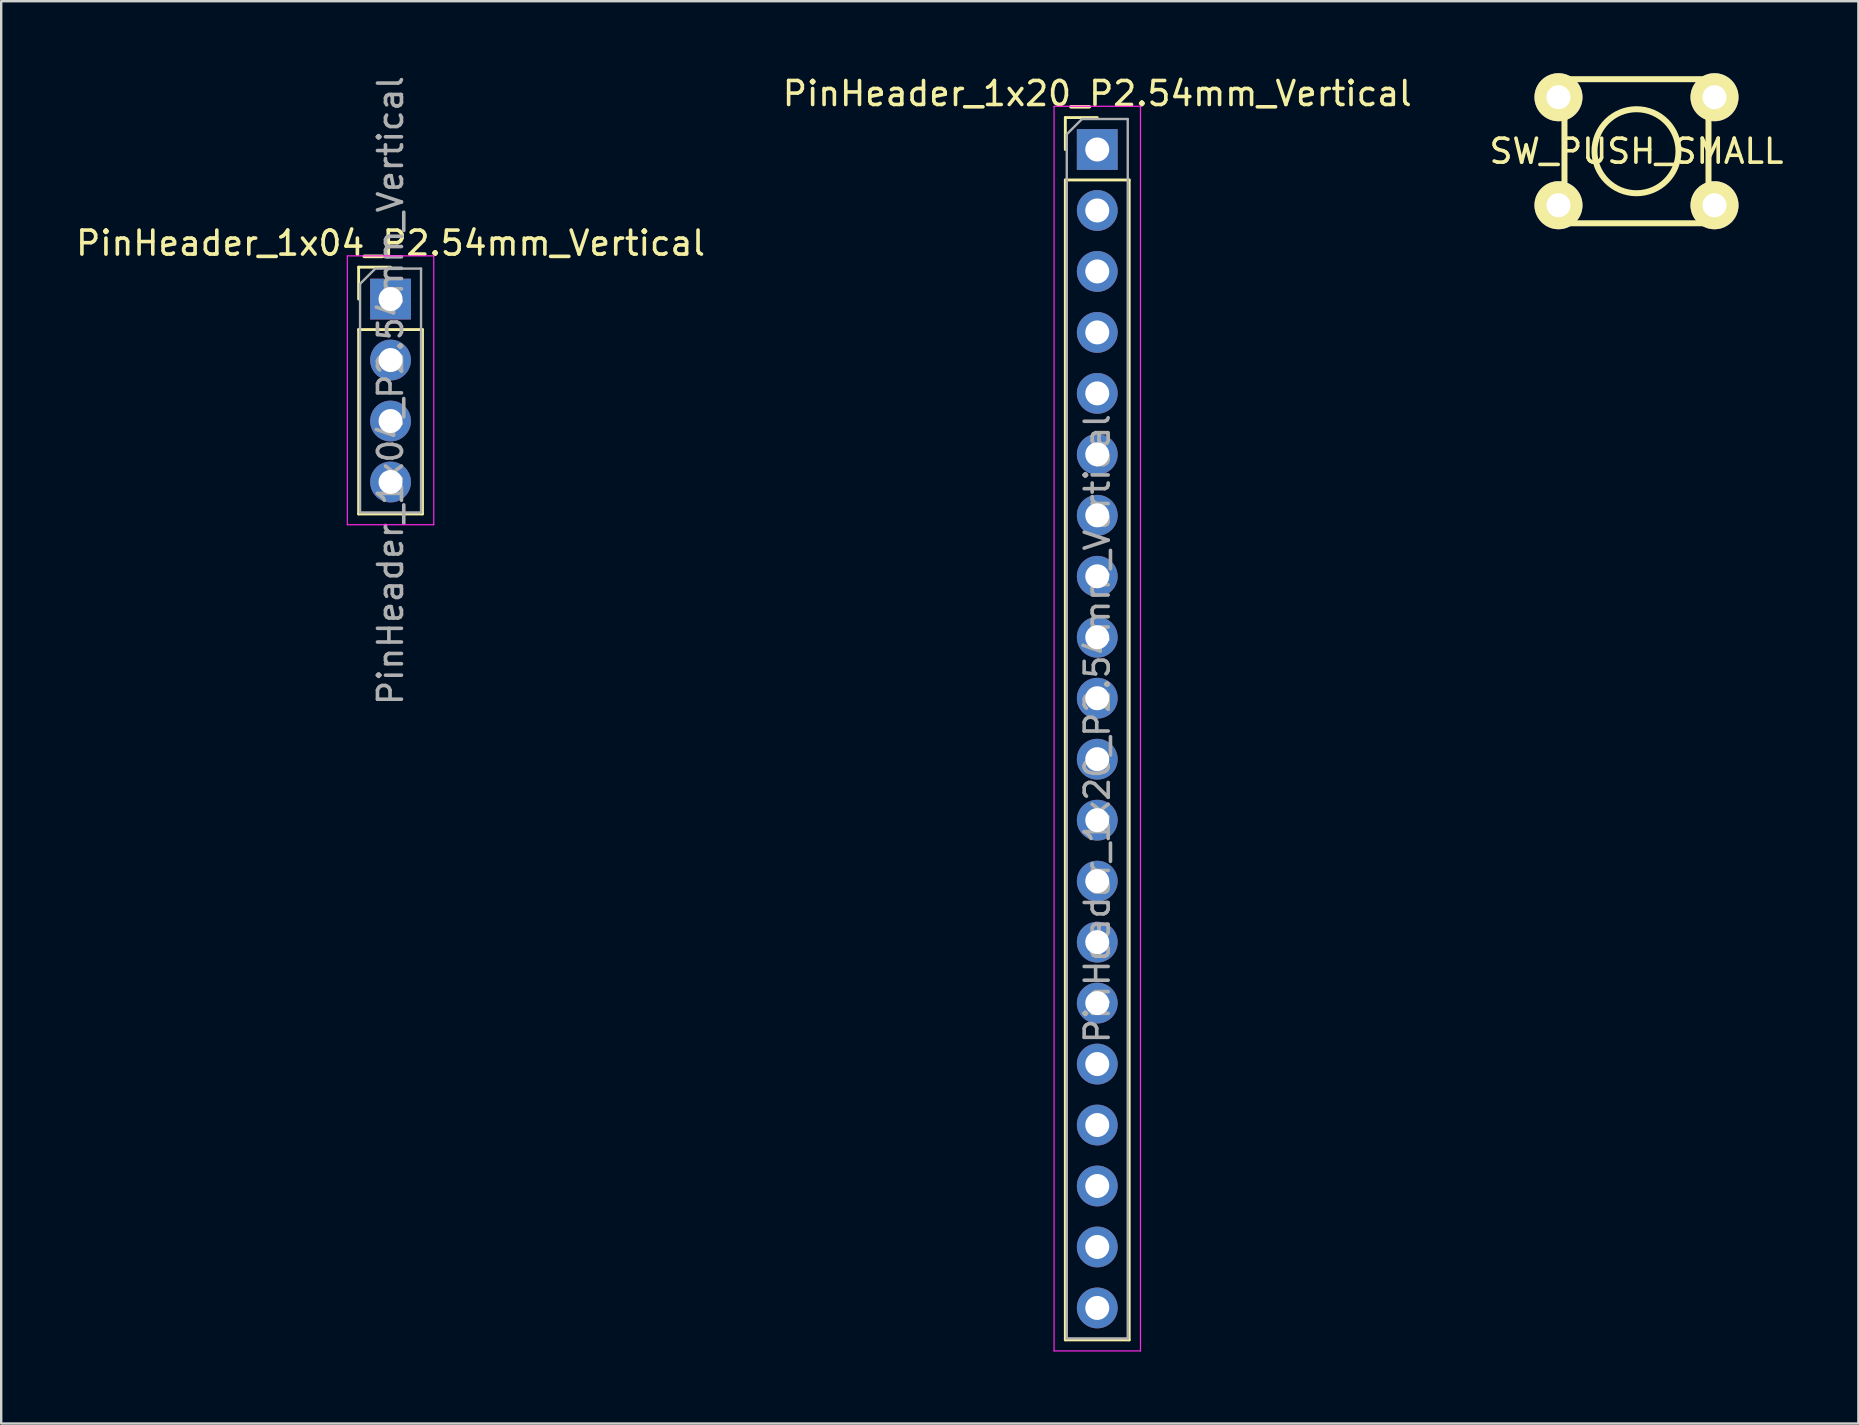
<source format=kicad_pcb>
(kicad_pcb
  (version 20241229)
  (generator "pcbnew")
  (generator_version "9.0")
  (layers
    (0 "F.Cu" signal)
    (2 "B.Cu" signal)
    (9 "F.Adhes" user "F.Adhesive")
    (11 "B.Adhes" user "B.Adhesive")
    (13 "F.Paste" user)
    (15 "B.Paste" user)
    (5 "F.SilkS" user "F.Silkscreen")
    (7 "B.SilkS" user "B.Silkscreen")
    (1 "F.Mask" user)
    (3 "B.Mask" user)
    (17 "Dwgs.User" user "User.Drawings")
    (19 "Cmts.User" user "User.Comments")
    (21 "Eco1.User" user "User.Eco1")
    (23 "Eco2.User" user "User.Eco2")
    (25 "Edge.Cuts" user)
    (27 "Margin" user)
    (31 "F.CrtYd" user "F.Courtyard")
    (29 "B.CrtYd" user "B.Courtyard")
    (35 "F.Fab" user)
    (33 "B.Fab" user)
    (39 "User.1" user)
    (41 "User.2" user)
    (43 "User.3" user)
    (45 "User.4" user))
  (footprint "SW_PUSH_SMALL"
    (layer "F.Cu")
    (at 65.125 3.25)
    (property "Reference" "SW_PUSH_SMALL" (at 0 0 0) (layer "F.SilkS") (effects (font (size 1 1) (thickness 0.15))))
    (attr through_hole)
    (fp_line (start -3 -3) (end 3 -3) (stroke (width 0.25) (type solid)) (layer "F.SilkS"))
    (fp_line (start -3 3) (end -3 -3) (stroke (width 0.25) (type solid)) (layer "F.SilkS"))
    (fp_line (start 3 -3) (end 3 3) (stroke (width 0.25) (type solid)) (layer "F.SilkS"))
    (fp_line (start 3 3) (end -3 3) (stroke (width 0.25) (type solid)) (layer "F.SilkS"))
    (fp_circle (center 0 0) (end -1.75 0) (stroke (width 0.25) (type solid)) (fill no) (layer "F.SilkS"))
    (pad "1" thru_hole circle (at -3.25 -2.25) (size 2 2) (drill 1) (layers "*.Cu" "*.Mask" "F.SilkS"))
    (pad "1" thru_hole circle (at 3.25 -2.25) (size 2 2) (drill 1) (layers "*.Cu" "*.Mask" "F.SilkS"))
    (pad "2" thru_hole circle (at -3.25 2.25) (size 2 2) (drill 1) (layers "*.Cu" "*.Mask" "F.SilkS"))
    (pad "2" thru_hole circle (at 3.25 2.25) (size 2 2) (drill 1) (layers "*.Cu" "*.Mask" "F.SilkS")))
  (footprint "PinHeader_1x04_P2.54mm_Vertical"
    (layer "F.Cu")
    (at 13.22 9.41)
    (property "Reference" "PinHeader_1x04_P2.54mm_Vertical" (at 0 -2.33 0) (layer "F.SilkS") (effects (font (size 1 1) (thickness 0.15))))
    (attr through_hole)
    (fp_line (start -1.33 -1.33) (end 0 -1.33) (stroke (width 0.12) (type solid)) (layer "F.SilkS"))
    (fp_line (start -1.33 0) (end -1.33 -1.33) (stroke (width 0.12) (type solid)) (layer "F.SilkS"))
    (fp_line (start -1.33 1.27) (end -1.33 8.95) (stroke (width 0.12) (type solid)) (layer "F.SilkS"))
    (fp_line (start -1.33 1.27) (end 1.33 1.27) (stroke (width 0.12) (type solid)) (layer "F.SilkS"))
    (fp_line (start -1.33 8.95) (end 1.33 8.95) (stroke (width 0.12) (type solid)) (layer "F.SilkS"))
    (fp_line (start 1.33 1.27) (end 1.33 8.95) (stroke (width 0.12) (type solid)) (layer "F.SilkS"))
    (fp_line (start -1.8 -1.8) (end -1.8 9.4) (stroke (width 0.05) (type solid)) (layer "F.CrtYd"))
    (fp_line (start -1.8 9.4) (end 1.8 9.4) (stroke (width 0.05) (type solid)) (layer "F.CrtYd"))
    (fp_line (start 1.8 -1.8) (end -1.8 -1.8) (stroke (width 0.05) (type solid)) (layer "F.CrtYd"))
    (fp_line (start 1.8 9.4) (end 1.8 -1.8) (stroke (width 0.05) (type solid)) (layer "F.CrtYd"))
    (fp_line (start -1.27 -0.635) (end -0.635 -1.27) (stroke (width 0.1) (type solid)) (layer "F.Fab"))
    (fp_line (start -1.27 8.89) (end -1.27 -0.635) (stroke (width 0.1) (type solid)) (layer "F.Fab"))
    (fp_line (start -0.635 -1.27) (end 1.27 -1.27) (stroke (width 0.1) (type solid)) (layer "F.Fab"))
    (fp_line (start 1.27 -1.27) (end 1.27 8.89) (stroke (width 0.1) (type solid)) (layer "F.Fab"))
    (fp_line (start 1.27 8.89) (end -1.27 8.89) (stroke (width 0.1) (type solid)) (layer "F.Fab"))
    (fp_text user "${REFERENCE}" (at 0 3.81 90) (layer "F.Fab") (effects (font (size 1 1) (thickness 0.15))))
    (pad "1" thru_hole rect (at 0 0) (size 1.7 1.7) (drill 1) (layers "*.Cu" "*.Mask"))
    (pad "2" thru_hole oval (at 0 2.54) (size 1.7 1.7) (drill 1) (layers "*.Cu" "*.Mask"))
    (pad "3" thru_hole oval (at 0 5.08) (size 1.7 1.7) (drill 1) (layers "*.Cu" "*.Mask"))
    (pad "4" thru_hole oval (at 0 7.62) (size 1.7 1.7) (drill 1) (layers "*.Cu" "*.Mask")))
  (footprint "PinHeader_1x20_P2.54mm_Vertical"
    (layer "F.Cu")
    (at 42.661 3.178)
    (property "Reference" "PinHeader_1x20_P2.54mm_Vertical" (at 0 -2.33 0) (layer "F.SilkS") (effects (font (size 1 1) (thickness 0.15))))
    (attr through_hole)
    (fp_line (start -1.33 -1.33) (end 0 -1.33) (stroke (width 0.12) (type solid)) (layer "F.SilkS"))
    (fp_line (start -1.33 0) (end -1.33 -1.33) (stroke (width 0.12) (type solid)) (layer "F.SilkS"))
    (fp_line (start -1.33 1.27) (end -1.33 49.59) (stroke (width 0.12) (type solid)) (layer "F.SilkS"))
    (fp_line (start -1.33 1.27) (end 1.33 1.27) (stroke (width 0.12) (type solid)) (layer "F.SilkS"))
    (fp_line (start -1.33 49.59) (end 1.33 49.59) (stroke (width 0.12) (type solid)) (layer "F.SilkS"))
    (fp_line (start 1.33 1.27) (end 1.33 49.59) (stroke (width 0.12) (type solid)) (layer "F.SilkS"))
    (fp_line (start -1.8 -1.8) (end -1.8 50.05) (stroke (width 0.05) (type solid)) (layer "F.CrtYd"))
    (fp_line (start -1.8 50.05) (end 1.8 50.05) (stroke (width 0.05) (type solid)) (layer "F.CrtYd"))
    (fp_line (start 1.8 -1.8) (end -1.8 -1.8) (stroke (width 0.05) (type solid)) (layer "F.CrtYd"))
    (fp_line (start 1.8 50.05) (end 1.8 -1.8) (stroke (width 0.05) (type solid)) (layer "F.CrtYd"))
    (fp_line (start -1.27 -0.635) (end -0.635 -1.27) (stroke (width 0.1) (type solid)) (layer "F.Fab"))
    (fp_line (start -1.27 49.53) (end -1.27 -0.635) (stroke (width 0.1) (type solid)) (layer "F.Fab"))
    (fp_line (start -0.635 -1.27) (end 1.27 -1.27) (stroke (width 0.1) (type solid)) (layer "F.Fab"))
    (fp_line (start 1.27 -1.27) (end 1.27 49.53) (stroke (width 0.1) (type solid)) (layer "F.Fab"))
    (fp_line (start 1.27 49.53) (end -1.27 49.53) (stroke (width 0.1) (type solid)) (layer "F.Fab"))
    (fp_text user "${REFERENCE}" (at 0 24.13 90) (layer "F.Fab") (effects (font (size 1 1) (thickness 0.15))))
    (pad "1" thru_hole rect (at 0 0 180) (size 1.7 1.7) (drill 1) (layers "*.Cu" "*.Mask"))
    (pad "2" thru_hole oval (at 0 2.54 180) (size 1.7 1.7) (drill 1) (layers "*.Cu" "*.Mask"))
    (pad "3" thru_hole oval (at 0 5.08 180) (size 1.7 1.7) (drill 1) (layers "*.Cu" "*.Mask"))
    (pad "4" thru_hole oval (at 0 7.62 180) (size 1.7 1.7) (drill 1) (layers "*.Cu" "*.Mask"))
    (pad "5" thru_hole oval (at 0 10.16 180) (size 1.7 1.7) (drill 1) (layers "*.Cu" "*.Mask"))
    (pad "6" thru_hole oval (at 0 12.7 180) (size 1.7 1.7) (drill 1) (layers "*.Cu" "*.Mask"))
    (pad "7" thru_hole oval (at 0 15.24 180) (size 1.7 1.7) (drill 1) (layers "*.Cu" "*.Mask"))
    (pad "8" thru_hole oval (at 0 17.78 180) (size 1.7 1.7) (drill 1) (layers "*.Cu" "*.Mask"))
    (pad "9" thru_hole oval (at 0 20.32 180) (size 1.7 1.7) (drill 1) (layers "*.Cu" "*.Mask"))
    (pad "10" thru_hole oval (at 0 22.86 180) (size 1.7 1.7) (drill 1) (layers "*.Cu" "*.Mask"))
    (pad "11" thru_hole oval (at 0 25.4 180) (size 1.7 1.7) (drill 1) (layers "*.Cu" "*.Mask"))
    (pad "12" thru_hole oval (at 0 27.94 180) (size 1.7 1.7) (drill 1) (layers "*.Cu" "*.Mask"))
    (pad "13" thru_hole oval (at 0 30.48 180) (size 1.7 1.7) (drill 1) (layers "*.Cu" "*.Mask"))
    (pad "14" thru_hole oval (at 0 33.02 180) (size 1.7 1.7) (drill 1) (layers "*.Cu" "*.Mask"))
    (pad "15" thru_hole oval (at 0 35.56 180) (size 1.7 1.7) (drill 1) (layers "*.Cu" "*.Mask"))
    (pad "16" thru_hole oval (at 0 38.1 180) (size 1.7 1.7) (drill 1) (layers "*.Cu" "*.Mask"))
    (pad "17" thru_hole oval (at 0 40.64 180) (size 1.7 1.7) (drill 1) (layers "*.Cu" "*.Mask"))
    (pad "18" thru_hole oval (at 0 43.18 180) (size 1.7 1.7) (drill 1) (layers "*.Cu" "*.Mask"))
    (pad "19" thru_hole oval (at 0 45.72 180) (size 1.7 1.7) (drill 1) (layers "*.Cu" "*.Mask"))
    (pad "20" thru_hole oval (at 0 48.26 180) (size 1.7 1.7) (drill 1) (layers "*.Cu" "*.Mask")))
  (gr_rect
    (start -3 -3)
    (end 74.369 56.253)
    (stroke (width 0.1) (type default))
    (fill no)
    (layer "Edge.Cuts")))
</source>
